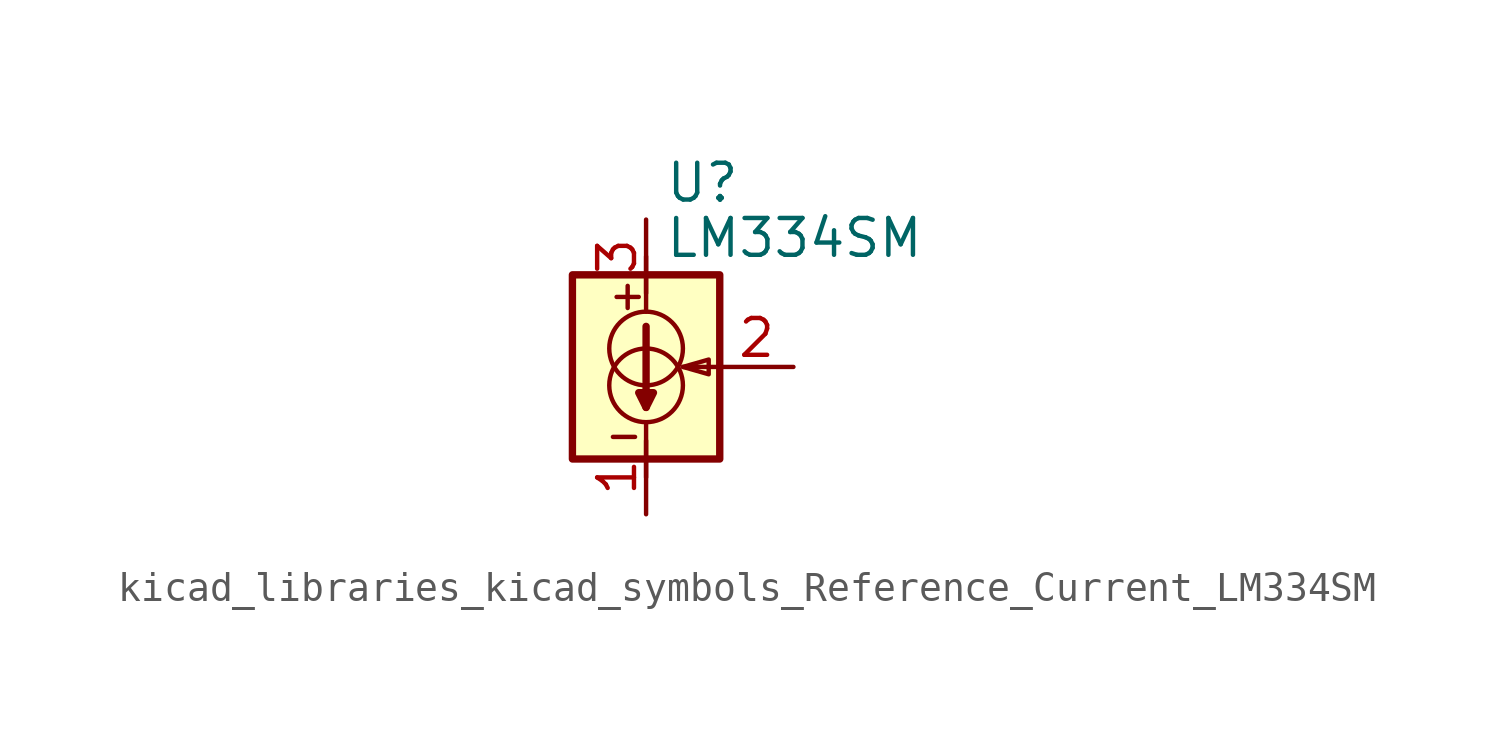
<source format=kicad_sym>
(kicad_symbol_lib
  (version 20220914)
  (generator kicad_symbol_editor)
  (symbol "kicad_libraries_kicad_symbols_Reference_Current_LM334SM"
    (property "Reference" "U"
      (at 0.635 6.35 0)
      (effects (font (size 1.27 1.27)) (justify left)))
    (property "Value" "LM334SM"
      (at 0.635 4.445 0)
      (effects (font (size 1.27 1.27)) (justify left)))
    (symbol "kicad_libraries_kicad_symbols_Reference_Current_LM334SM_0_1"
      (rectangle (start -2.54 3.175) (end 2.54 -3.175) (stroke (width 0.254) (type default)) (fill (type background)))
      (circle (center 0 -0.635) (radius 1.27) (stroke (width 0) (type default)) (fill (type none)))
      (polyline (pts (xy -1.143 -2.413) (xy -0.381 -2.413)) (stroke (width 0) (type default)) (fill (type none)))
      (polyline (pts (xy -1.016 2.413) (xy -0.254 2.413)) (stroke (width 0) (type default)) (fill (type none)))
      (polyline (pts (xy -0.635 2.794) (xy -0.635 2.032)) (stroke (width 0) (type default)) (fill (type none)))
      (polyline (pts (xy 0 -1.905) (xy 0 -3.81)) (stroke (width 0) (type default)) (fill (type none)))
      (polyline (pts (xy 0 1.397) (xy 0 -1.397)) (stroke (width 0.254) (type default)) (fill (type none)))
      (polyline (pts (xy 0 3.81) (xy 0 1.905)) (stroke (width 0) (type default)) (fill (type none)))
      (polyline (pts (xy 2.54 0) (xy 1.27 0)) (stroke (width 0) (type default)) (fill (type none)))
      (polyline (pts (xy 0 -1.397) (xy -0.254 -0.889) (xy 0.254 -0.889) (xy 0 -1.397)) (stroke (width 0.254) (type default)) (fill (type none)))
      (polyline (pts (xy 1.27 0) (xy 2.159 0.254) (xy 2.159 -0.254) (xy 1.27 0)) (stroke (width 0) (type default)) (fill (type none)))
      (circle (center 0 0.635) (radius 1.27) (stroke (width 0) (type default)) (fill (type none))))
    (symbol "kicad_libraries_kicad_symbols_Reference_Current_LM334SM_1_1"
      (pin passive line (at 0 -5.08 90) (length 2.54) (name "~" (effects (font (size 1.27 1.27)))) (number "1" (effects (font (size 1.27 1.27)))))
      (pin passive line (at 5.08 0 180) (length 2.54) (name "~" (effects (font (size 1.27 1.27)))) (number "2" (effects (font (size 1.27 1.27)))))
      (pin passive line (at 0 5.08 270) (length 2.54) (name "~" (effects (font (size 1.27 1.27)))) (number "3" (effects (font (size 1.27 1.27))))))))
</source>
